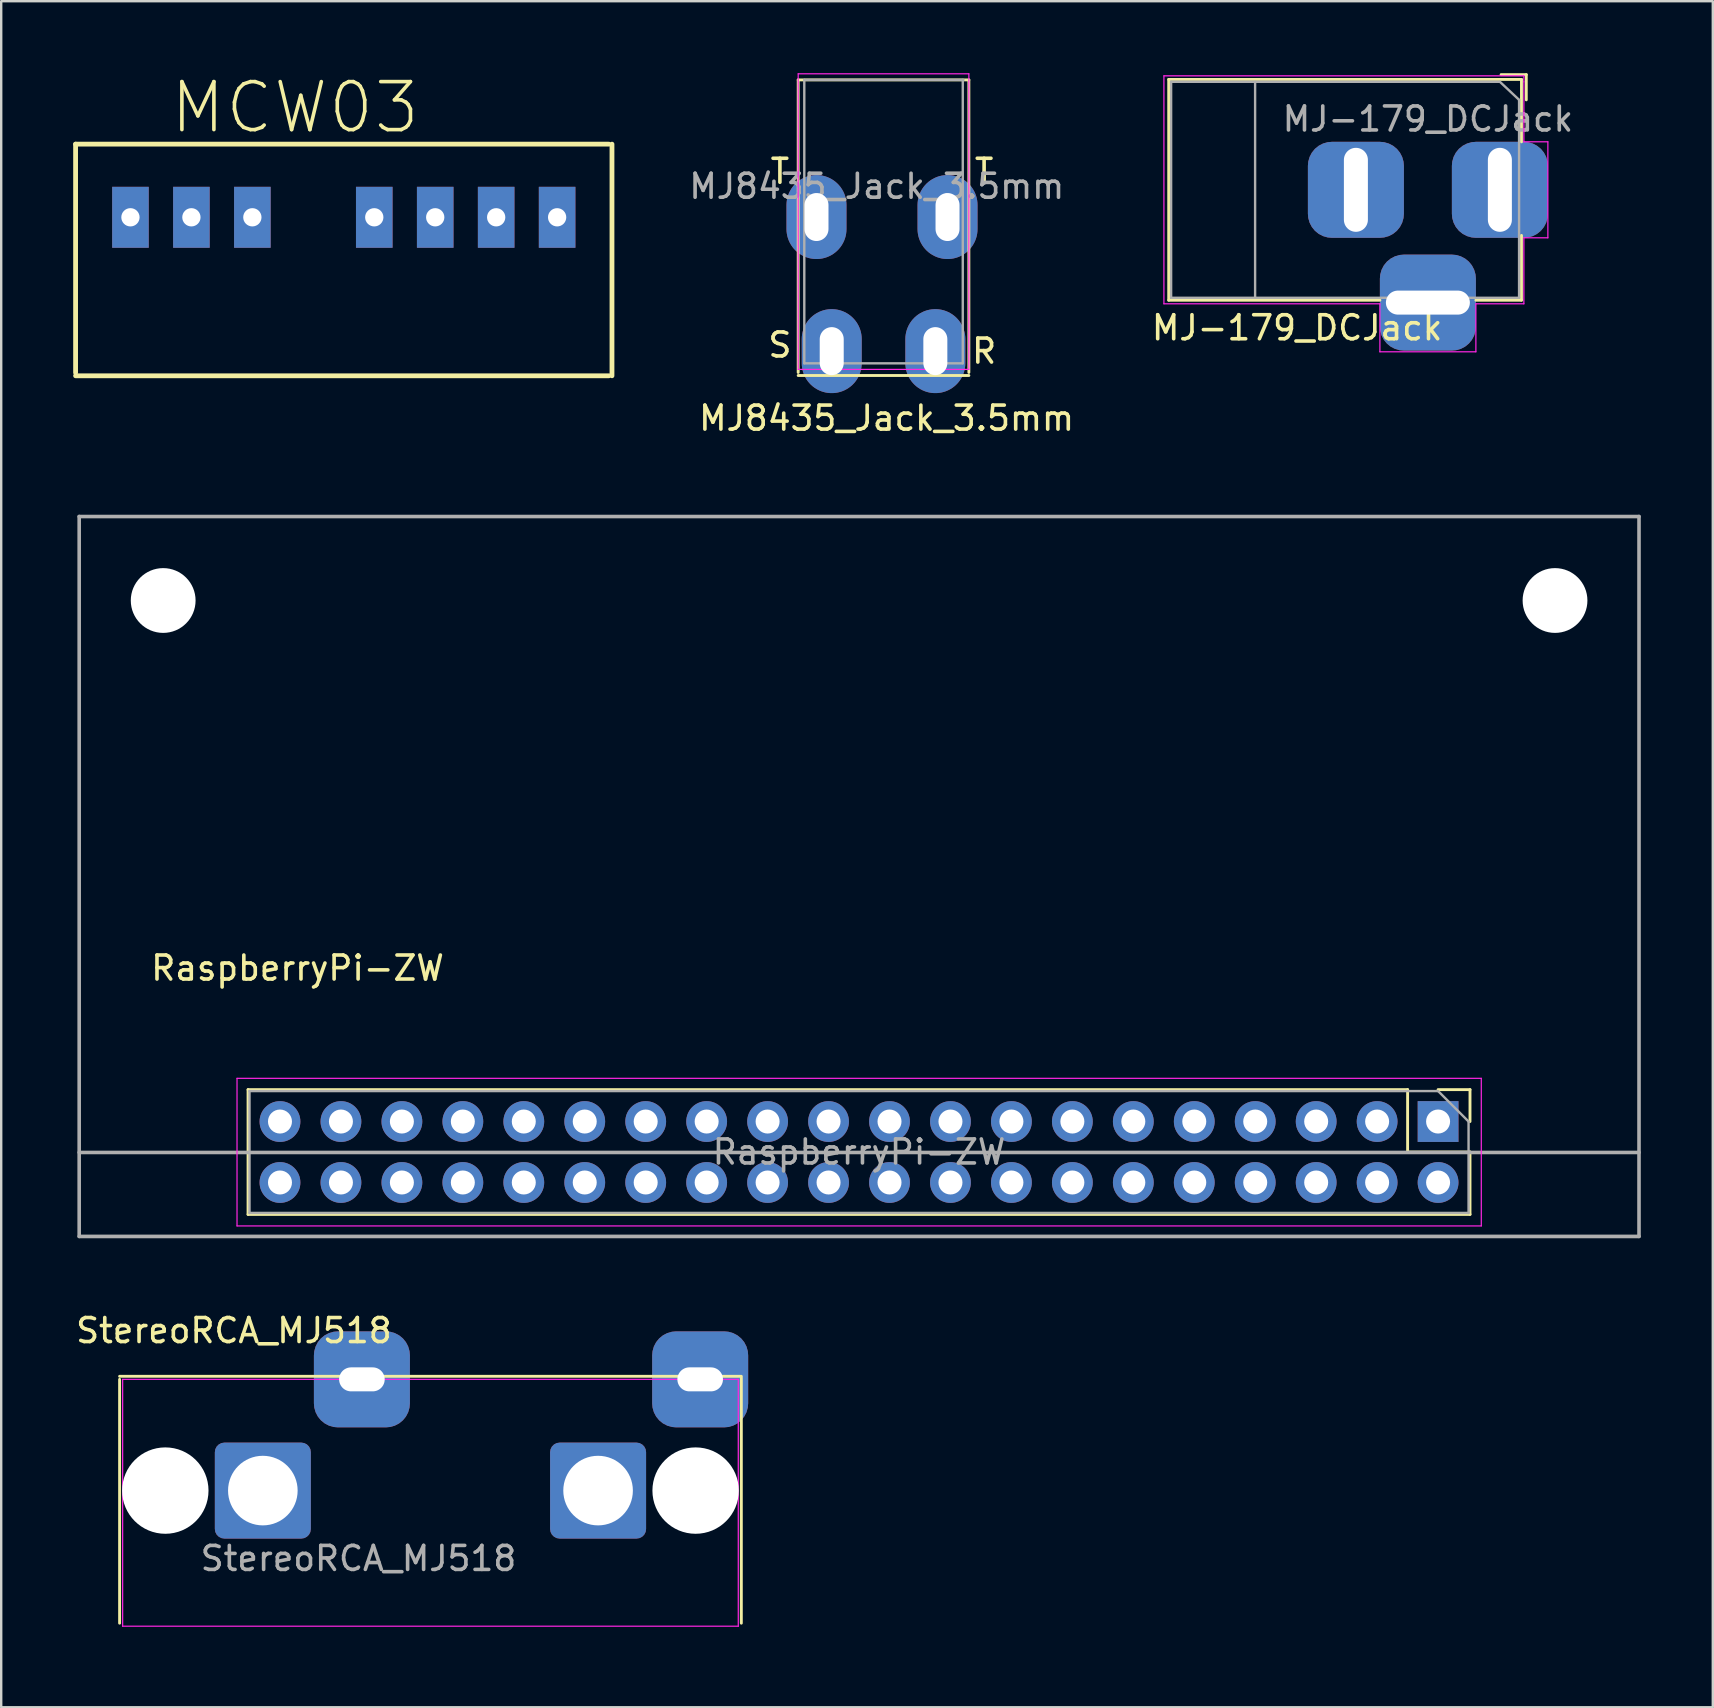
<source format=kicad_pcb>
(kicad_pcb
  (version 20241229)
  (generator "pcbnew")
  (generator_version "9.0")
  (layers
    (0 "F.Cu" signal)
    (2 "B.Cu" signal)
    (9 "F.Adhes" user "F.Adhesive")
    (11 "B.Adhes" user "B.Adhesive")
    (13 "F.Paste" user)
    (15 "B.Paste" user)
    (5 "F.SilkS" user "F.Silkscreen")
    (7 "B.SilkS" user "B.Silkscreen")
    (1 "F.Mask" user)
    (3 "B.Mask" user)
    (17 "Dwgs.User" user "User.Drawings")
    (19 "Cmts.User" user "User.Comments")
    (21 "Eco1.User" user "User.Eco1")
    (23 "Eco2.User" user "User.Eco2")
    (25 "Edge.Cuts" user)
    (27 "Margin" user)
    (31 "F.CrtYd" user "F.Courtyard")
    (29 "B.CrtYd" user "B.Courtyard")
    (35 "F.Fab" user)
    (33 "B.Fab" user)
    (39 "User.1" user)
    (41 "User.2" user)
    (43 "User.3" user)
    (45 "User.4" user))
  (footprint "MCW03"
    (layer "F.Cu")
    (at 11.276 6.005)
    (property "Reference" "MCW03" (at -2.032 -4.572 0) (layer "F.SilkS") (effects (font (size 2 2) (thickness 0.15))))
    (attr through_hole)
    (fp_line (start -11.176 -3.048) (end 11.049 -3.048) (stroke (width 0.2) (type solid)) (layer "F.SilkS"))
    (fp_line (start -11.176 6.477) (end -11.176 -3.048) (stroke (width 0.2) (type solid)) (layer "F.SilkS"))
    (fp_line (start 11.049 6.604) (end -11.176 6.604) (stroke (width 0.2) (type solid)) (layer "F.SilkS"))
    (fp_line (start 11.176 -3.048) (end 11.176 6.604) (stroke (width 0.2) (type solid)) (layer "F.SilkS"))
    (pad "1" thru_hole rect (at -8.89 0) (size 1.524 2.54) (drill 0.762) (layers "*.Cu" "*.Mask"))
    (pad "2" thru_hole rect (at -6.35 0) (size 1.524 2.54) (drill 0.762) (layers "*.Cu" "*.Mask"))
    (pad "3" thru_hole rect (at -3.81 0) (size 1.524 2.54) (drill 0.762) (layers "*.Cu" "*.Mask"))
    (pad "5" thru_hole rect (at 1.27 0) (size 1.524 2.54) (drill 0.762) (layers "*.Cu" "*.Mask"))
    (pad "6" thru_hole rect (at 3.81 0) (size 1.524 2.54) (drill 0.762) (layers "*.Cu" "*.Mask"))
    (pad "7" thru_hole rect (at 6.35 0) (size 1.524 2.54) (drill 0.762) (layers "*.Cu" "*.Mask"))
    (pad "8" thru_hole rect (at 8.89 0) (size 1.524 2.54) (drill 0.762) (layers "*.Cu" "*.Mask")))
  (footprint "MJ8435_Jack_3.5mm"
    (layer "F.Cu")
    (at 33.387 0.914)
    (property "Reference" "MJ8435_Jack_3.5mm" (at 0.508 13.462 0) (layer "F.SilkS") (effects (font (size 1 1) (thickness 0.15))))
    (attr through_hole)
    (fp_line (start -3.175 -0.635) (end 3.937 -0.635) (stroke (width 0.12) (type solid)) (layer "F.SilkS"))
    (fp_line (start -3.175 11.557) (end -3.175 -0.635) (stroke (width 0.12) (type solid)) (layer "F.SilkS"))
    (fp_line (start 3.937 -0.635) (end 3.937 11.557) (stroke (width 0.12) (type solid)) (layer "F.SilkS"))
    (fp_line (start 3.937 11.684) (end -3.175 11.684) (stroke (width 0.12) (type solid)) (layer "F.SilkS"))
    (fp_line (start -3.175 -0.889) (end -3.175 11.43) (stroke (width 0.05) (type solid)) (layer "F.CrtYd"))
    (fp_line (start -3.175 11.43) (end 3.937 11.43) (stroke (width 0.05) (type solid)) (layer "F.CrtYd"))
    (fp_line (start 3.937 -0.889) (end -3.175 -0.889) (stroke (width 0.05) (type solid)) (layer "F.CrtYd"))
    (fp_line (start 3.937 11.43) (end 3.937 -0.889) (stroke (width 0.05) (type solid)) (layer "F.CrtYd"))
    (fp_line (start -2.921 -0.635) (end 3.714 -0.635) (stroke (width 0.1) (type solid)) (layer "F.Fab"))
    (fp_line (start -2.921 11.176) (end -2.921 -0.635) (stroke (width 0.1) (type solid)) (layer "F.Fab"))
    (fp_line (start 3.683 -0.635) (end 3.683 11.176) (stroke (width 0.1) (type solid)) (layer "F.Fab"))
    (fp_line (start 3.683 11.176) (end -2.921 11.176) (stroke (width 0.1) (type solid)) (layer "F.Fab"))
    (fp_text user "R" (at 4.572 10.668 0) (layer "F.SilkS") (effects (font (size 1 1) (thickness 0.15))))
    (fp_text user "T" (at -3.937 3.175 0) (layer "F.SilkS") (effects (font (size 1 1) (thickness 0.15))))
    (fp_text user "T" (at 4.572 3.175 0) (layer "F.SilkS") (effects (font (size 1 1) (thickness 0.15))))
    (fp_text user "S" (at -3.937 10.414 0) (layer "F.SilkS") (effects (font (size 1 1) (thickness 0.15))))
    (fp_text user "${REFERENCE}" (at 0.1 3.8 0) (layer "F.Fab") (effects (font (size 1 1) (thickness 0.15))))
    (pad "R" thru_hole oval (at 2.54 10.668 90) (size 3.5 2.5) (drill oval 2 1) (layers "*.Cu" "*.Mask"))
    (pad "S" thru_hole oval (at -1.778 10.668 90) (size 3.5 2.5) (drill oval 2 1) (layers "*.Cu" "*.Mask"))
    (pad "T" thru_hole oval (at -2.413 5.08 90) (size 3.5 2.5) (drill oval 2 1) (layers "*.Cu" "*.Mask"))
    (pad "T" thru_hole oval (at 3.048 5.08 90) (size 3.5 2.5) (drill oval 2 1) (layers "*.Cu" "*.Mask")))
  (footprint "StereoRCA_MJ518"
    (layer "F.Cu")
    (at 14.888 64.844)
    (property "Reference" "StereoRCA_MJ518" (at -8.191 -12.446 0) (layer "F.SilkS") (effects (font (size 1 1) (thickness 0.15))))
    (attr through_hole)
    (fp_line (start -12.954 -10.541) (end 12.954 -10.541) (stroke (width 0.12) (type solid)) (layer "F.SilkS"))
    (fp_line (start -12.954 -0.254) (end -12.954 -10.414) (stroke (width 0.12) (type solid)) (layer "F.SilkS"))
    (fp_line (start 12.954 -10.477) (end 12.954 -0.254) (stroke (width 0.12) (type solid)) (layer "F.SilkS"))
    (fp_line (start -12.827 -0.127) (end -12.827 -10.414) (stroke (width 0.05) (type solid)) (layer "F.CrtYd"))
    (fp_line (start 12.827 -10.414) (end -12.827 -10.414) (stroke (width 0.05) (type solid)) (layer "F.CrtYd"))
    (fp_line (start 12.827 -10.414) (end 12.827 -0.127) (stroke (width 0.05) (type solid)) (layer "F.CrtYd"))
    (fp_line (start 12.827 -0.127) (end -12.827 -0.127) (stroke (width 0.05) (type solid)) (layer "F.CrtYd"))
    (fp_text user "${REFERENCE}" (at -3 -2.95 0) (layer "F.Fab") (effects (font (size 1 1) (thickness 0.15))))
    (pad "" np_thru_hole circle (at -11.049 -5.779) (size 3.6 3.6) (drill 3.6) (layers "*.Cu" "*.Mask"))
    (pad "" np_thru_hole circle (at 11.049 -5.779) (size 3.6 3.6) (drill 3.6) (layers "*.Cu" "*.Mask"))
    (pad "1" thru_hole roundrect (at 11.239 -10.414) (size 4 4) (drill oval 1.9 1) (layers "*.Cu" "*.Mask") (roundrect_rratio 0.25))
    (pad "2" thru_hole roundrect (at -2.857 -10.414) (size 4 4) (drill oval 1.9 1) (layers "*.Cu" "*.Mask") (roundrect_rratio 0.25))
    (pad "3" thru_hole roundrect (at -6.985 -5.779) (size 4 4) (drill 2.9) (layers "*.Cu" "*.Mask") (roundrect_rratio 0.1))
    (pad "3" thru_hole roundrect (at 6.985 -5.779) (size 4 4) (drill 2.9) (layers "*.Cu" "*.Mask") (roundrect_rratio 0.1)))
  (footprint "MJ-179_DCJack"
    (layer "F.Cu")
    (at 59.452 4.86)
    (property "Reference" "MJ-179_DCJack" (at -8.45 5.75 0) (layer "F.SilkS") (effects (font (size 1 1) (thickness 0.15))))
    (attr through_hole)
    (fp_line (start -13.8 -4.6) (end 0.9 -4.6) (stroke (width 0.12) (type solid)) (layer "F.SilkS"))
    (fp_line (start -13.8 4.6) (end -13.8 -4.6) (stroke (width 0.12) (type solid)) (layer "F.SilkS"))
    (fp_line (start -5 4.6) (end -13.8 4.6) (stroke (width 0.12) (type solid)) (layer "F.SilkS"))
    (fp_line (start 0.05 -4.8) (end 1.1 -4.8) (stroke (width 0.12) (type solid)) (layer "F.SilkS"))
    (fp_line (start 0.9 -4.6) (end 0.9 -2) (stroke (width 0.12) (type solid)) (layer "F.SilkS"))
    (fp_line (start 0.9 1.9) (end 0.9 4.6) (stroke (width 0.12) (type solid)) (layer "F.SilkS"))
    (fp_line (start 0.9 4.6) (end -1 4.6) (stroke (width 0.12) (type solid)) (layer "F.SilkS"))
    (fp_line (start 1.1 -3.75) (end 1.1 -4.8) (stroke (width 0.12) (type solid)) (layer "F.SilkS"))
    (fp_line (start -14 4.75) (end -14 -4.75) (stroke (width 0.05) (type solid)) (layer "F.CrtYd"))
    (fp_line (start -5 4.75) (end -14 4.75) (stroke (width 0.05) (type solid)) (layer "F.CrtYd"))
    (fp_line (start -5 6.75) (end -5 4.75) (stroke (width 0.05) (type solid)) (layer "F.CrtYd"))
    (fp_line (start -1 4.75) (end -1 6.75) (stroke (width 0.05) (type solid)) (layer "F.CrtYd"))
    (fp_line (start -1 6.75) (end -5 6.75) (stroke (width 0.05) (type solid)) (layer "F.CrtYd"))
    (fp_line (start 1 -4.75) (end -14 -4.75) (stroke (width 0.05) (type solid)) (layer "F.CrtYd"))
    (fp_line (start 1 -4.5) (end 1 -4.75) (stroke (width 0.05) (type solid)) (layer "F.CrtYd"))
    (fp_line (start 1 -4.5) (end 1 -2) (stroke (width 0.05) (type solid)) (layer "F.CrtYd"))
    (fp_line (start 1 -2) (end 2 -2) (stroke (width 0.05) (type solid)) (layer "F.CrtYd"))
    (fp_line (start 1 2) (end 1 4.75) (stroke (width 0.05) (type solid)) (layer "F.CrtYd"))
    (fp_line (start 1 4.75) (end -1 4.75) (stroke (width 0.05) (type solid)) (layer "F.CrtYd"))
    (fp_line (start 2 -2) (end 2 2) (stroke (width 0.05) (type solid)) (layer "F.CrtYd"))
    (fp_line (start 2 2) (end 1 2) (stroke (width 0.05) (type solid)) (layer "F.CrtYd"))
    (fp_line (start -13.7 -4.5) (end -13.7 4.5) (stroke (width 0.1) (type solid)) (layer "F.Fab"))
    (fp_line (start -13.7 4.5) (end 0.8 4.5) (stroke (width 0.1) (type solid)) (layer "F.Fab"))
    (fp_line (start -10.2 -4.5) (end -10.2 4.5) (stroke (width 0.1) (type solid)) (layer "F.Fab"))
    (fp_line (start -0.003 -4.505) (end 0.8 -3.75) (stroke (width 0.1) (type solid)) (layer "F.Fab"))
    (fp_line (start 0 -4.5) (end -13.7 -4.5) (stroke (width 0.1) (type solid)) (layer "F.Fab"))
    (fp_line (start 0.8 4.5) (end 0.8 -3.75) (stroke (width 0.1) (type solid)) (layer "F.Fab"))
    (fp_text user "${REFERENCE}" (at -3 -2.95 0) (layer "F.Fab") (effects (font (size 1 1) (thickness 0.15))))
    (pad "1" thru_hole roundrect (at 0 0) (size 4 4) (drill oval 1 3.5) (layers "*.Cu" "*.Mask") (roundrect_rratio 0.25))
    (pad "2" thru_hole roundrect (at -6 0) (size 4 4) (drill oval 1 3.5) (layers "*.Cu" "*.Mask") (roundrect_rratio 0.25))
    (pad "3" thru_hole roundrect (at -3 4.7) (size 4 4) (drill oval 3.5 1) (layers "*.Cu" "*.Mask") (roundrect_rratio 0.25)))
  (footprint "RaspberryPi-ZW"
    (layer "F.Cu")
    (at 0.25 18.474)
    (property "Reference" "RaspberryPi-ZW" (at 9.099 18.818 0) (layer "F.SilkS") (effects (font (size 1 1) (thickness 0.15))))
    (attr through_hole)
    (fp_line (start 7.037 23.882) (end 7.037 29.082) (stroke (width 0.12) (type solid)) (layer "F.SilkS"))
    (fp_line (start 55.357 23.882) (end 7.037 23.882) (stroke (width 0.12) (type solid)) (layer "F.SilkS"))
    (fp_line (start 55.357 23.882) (end 55.357 26.482) (stroke (width 0.12) (type solid)) (layer "F.SilkS"))
    (fp_line (start 55.357 26.482) (end 57.957 26.482) (stroke (width 0.12) (type solid)) (layer "F.SilkS"))
    (fp_line (start 56.627 23.882) (end 57.957 23.882) (stroke (width 0.12) (type solid)) (layer "F.SilkS"))
    (fp_line (start 57.957 23.882) (end 57.957 25.212) (stroke (width 0.12) (type solid)) (layer "F.SilkS"))
    (fp_line (start 57.957 26.482) (end 57.957 29.082) (stroke (width 0.12) (type solid)) (layer "F.SilkS"))
    (fp_line (start 57.957 29.082) (end 7.037 29.082) (stroke (width 0.12) (type solid)) (layer "F.SilkS"))
    (fp_line (start 6.577 23.412) (end 6.577 29.562) (stroke (width 0.05) (type solid)) (layer "F.CrtYd"))
    (fp_line (start 6.577 29.562) (end 58.427 29.562) (stroke (width 0.05) (type solid)) (layer "F.CrtYd"))
    (fp_line (start 58.427 23.412) (end 6.577 23.412) (stroke (width 0.05) (type solid)) (layer "F.CrtYd"))
    (fp_line (start 58.427 29.562) (end 58.427 23.412) (stroke (width 0.05) (type solid)) (layer "F.CrtYd"))
    (fp_line (start 0 0) (end 0 30) (stroke (width 0.15) (type solid)) (layer "F.Fab"))
    (fp_line (start 0 0) (end 65 0) (stroke (width 0.15) (type solid)) (layer "F.Fab"))
    (fp_line (start 0 26.5) (end 65 26.5) (stroke (width 0.15) (type solid)) (layer "F.Fab"))
    (fp_line (start 7.097 23.942) (end 56.627 23.942) (stroke (width 0.1) (type solid)) (layer "F.Fab"))
    (fp_line (start 7.097 29.022) (end 7.097 23.942) (stroke (width 0.1) (type solid)) (layer "F.Fab"))
    (fp_line (start 56.627 23.942) (end 57.897 25.212) (stroke (width 0.1) (type solid)) (layer "F.Fab"))
    (fp_line (start 57.897 25.212) (end 57.897 29.022) (stroke (width 0.1) (type solid)) (layer "F.Fab"))
    (fp_line (start 57.897 29.022) (end 7.097 29.022) (stroke (width 0.1) (type solid)) (layer "F.Fab"))
    (fp_line (start 65 0) (end 65 30) (stroke (width 0.15) (type solid)) (layer "F.Fab"))
    (fp_line (start 65 30) (end 0 30) (stroke (width 0.15) (type solid)) (layer "F.Fab"))
    (fp_text user "${REFERENCE}" (at 32.497 26.482 0) (layer "F.Fab") (effects (font (size 1 1) (thickness 0.15))))
    (pad "" np_thru_hole circle (at 3.5 3.5) (size 2.7 2.7) (drill 2.7) (layers "*.Cu" "*.Mask"))
    (pad "" np_thru_hole circle (at 61.5 3.5) (size 2.7 2.7) (drill 2.7) (layers "*.Cu" "*.Mask"))
    (pad "1" thru_hole rect (at 56.627 25.212 270) (size 1.7 1.7) (drill 1) (layers "*.Cu" "*.Mask"))
    (pad "2" thru_hole oval (at 56.627 27.752 270) (size 1.7 1.7) (drill 1) (layers "*.Cu" "*.Mask"))
    (pad "3" thru_hole oval (at 54.087 25.212 270) (size 1.7 1.7) (drill 1) (layers "*.Cu" "*.Mask"))
    (pad "4" thru_hole oval (at 54.087 27.752 270) (size 1.7 1.7) (drill 1) (layers "*.Cu" "*.Mask"))
    (pad "5" thru_hole oval (at 51.547 25.212 270) (size 1.7 1.7) (drill 1) (layers "*.Cu" "*.Mask"))
    (pad "6" thru_hole oval (at 51.547 27.752 270) (size 1.7 1.7) (drill 1) (layers "*.Cu" "*.Mask"))
    (pad "7" thru_hole oval (at 49.007 25.212 270) (size 1.7 1.7) (drill 1) (layers "*.Cu" "*.Mask"))
    (pad "8" thru_hole oval (at 49.007 27.752 270) (size 1.7 1.7) (drill 1) (layers "*.Cu" "*.Mask"))
    (pad "9" thru_hole oval (at 46.467 25.212 270) (size 1.7 1.7) (drill 1) (layers "*.Cu" "*.Mask"))
    (pad "10" thru_hole oval (at 46.467 27.752 270) (size 1.7 1.7) (drill 1) (layers "*.Cu" "*.Mask"))
    (pad "11" thru_hole oval (at 43.927 25.212 270) (size 1.7 1.7) (drill 1) (layers "*.Cu" "*.Mask"))
    (pad "12" thru_hole oval (at 43.927 27.752 270) (size 1.7 1.7) (drill 1) (layers "*.Cu" "*.Mask"))
    (pad "13" thru_hole oval (at 41.387 25.212 270) (size 1.7 1.7) (drill 1) (layers "*.Cu" "*.Mask"))
    (pad "14" thru_hole oval (at 41.387 27.752 270) (size 1.7 1.7) (drill 1) (layers "*.Cu" "*.Mask"))
    (pad "15" thru_hole oval (at 38.847 25.212 270) (size 1.7 1.7) (drill 1) (layers "*.Cu" "*.Mask"))
    (pad "16" thru_hole oval (at 38.847 27.752 270) (size 1.7 1.7) (drill 1) (layers "*.Cu" "*.Mask"))
    (pad "17" thru_hole oval (at 36.307 25.212 270) (size 1.7 1.7) (drill 1) (layers "*.Cu" "*.Mask"))
    (pad "18" thru_hole oval (at 36.307 27.752 270) (size 1.7 1.7) (drill 1) (layers "*.Cu" "*.Mask"))
    (pad "19" thru_hole oval (at 33.767 25.212 270) (size 1.7 1.7) (drill 1) (layers "*.Cu" "*.Mask"))
    (pad "20" thru_hole oval (at 33.767 27.752 270) (size 1.7 1.7) (drill 1) (layers "*.Cu" "*.Mask"))
    (pad "21" thru_hole oval (at 31.227 25.212 270) (size 1.7 1.7) (drill 1) (layers "*.Cu" "*.Mask"))
    (pad "22" thru_hole oval (at 31.227 27.752 270) (size 1.7 1.7) (drill 1) (layers "*.Cu" "*.Mask"))
    (pad "23" thru_hole oval (at 28.687 25.212 270) (size 1.7 1.7) (drill 1) (layers "*.Cu" "*.Mask"))
    (pad "24" thru_hole oval (at 28.687 27.752 270) (size 1.7 1.7) (drill 1) (layers "*.Cu" "*.Mask"))
    (pad "25" thru_hole oval (at 26.147 25.212 270) (size 1.7 1.7) (drill 1) (layers "*.Cu" "*.Mask"))
    (pad "26" thru_hole oval (at 26.147 27.752 270) (size 1.7 1.7) (drill 1) (layers "*.Cu" "*.Mask"))
    (pad "27" thru_hole oval (at 23.607 25.212 270) (size 1.7 1.7) (drill 1) (layers "*.Cu" "*.Mask"))
    (pad "28" thru_hole oval (at 23.607 27.752 270) (size 1.7 1.7) (drill 1) (layers "*.Cu" "*.Mask"))
    (pad "29" thru_hole oval (at 21.067 25.212 270) (size 1.7 1.7) (drill 1) (layers "*.Cu" "*.Mask"))
    (pad "30" thru_hole oval (at 21.067 27.752 270) (size 1.7 1.7) (drill 1) (layers "*.Cu" "*.Mask"))
    (pad "31" thru_hole oval (at 18.527 25.212 270) (size 1.7 1.7) (drill 1) (layers "*.Cu" "*.Mask"))
    (pad "32" thru_hole oval (at 18.527 27.752 270) (size 1.7 1.7) (drill 1) (layers "*.Cu" "*.Mask"))
    (pad "33" thru_hole oval (at 15.987 25.212 270) (size 1.7 1.7) (drill 1) (layers "*.Cu" "*.Mask"))
    (pad "34" thru_hole oval (at 15.987 27.752 270) (size 1.7 1.7) (drill 1) (layers "*.Cu" "*.Mask"))
    (pad "35" thru_hole oval (at 13.447 25.212 270) (size 1.7 1.7) (drill 1) (layers "*.Cu" "*.Mask"))
    (pad "36" thru_hole oval (at 13.447 27.752 270) (size 1.7 1.7) (drill 1) (layers "*.Cu" "*.Mask"))
    (pad "37" thru_hole oval (at 10.907 25.212 270) (size 1.7 1.7) (drill 1) (layers "*.Cu" "*.Mask"))
    (pad "38" thru_hole oval (at 10.907 27.752 270) (size 1.7 1.7) (drill 1) (layers "*.Cu" "*.Mask"))
    (pad "39" thru_hole oval (at 8.367 25.212 270) (size 1.7 1.7) (drill 1) (layers "*.Cu" "*.Mask"))
    (pad "40" thru_hole oval (at 8.367 27.752 270) (size 1.7 1.7) (drill 1) (layers "*.Cu" "*.Mask")))
  (gr_rect
    (start -3 -3)
    (end 68.325 68.094)
    (stroke (width 0.1) (type default))
    (fill no)
    (layer "Edge.Cuts")))
</source>
